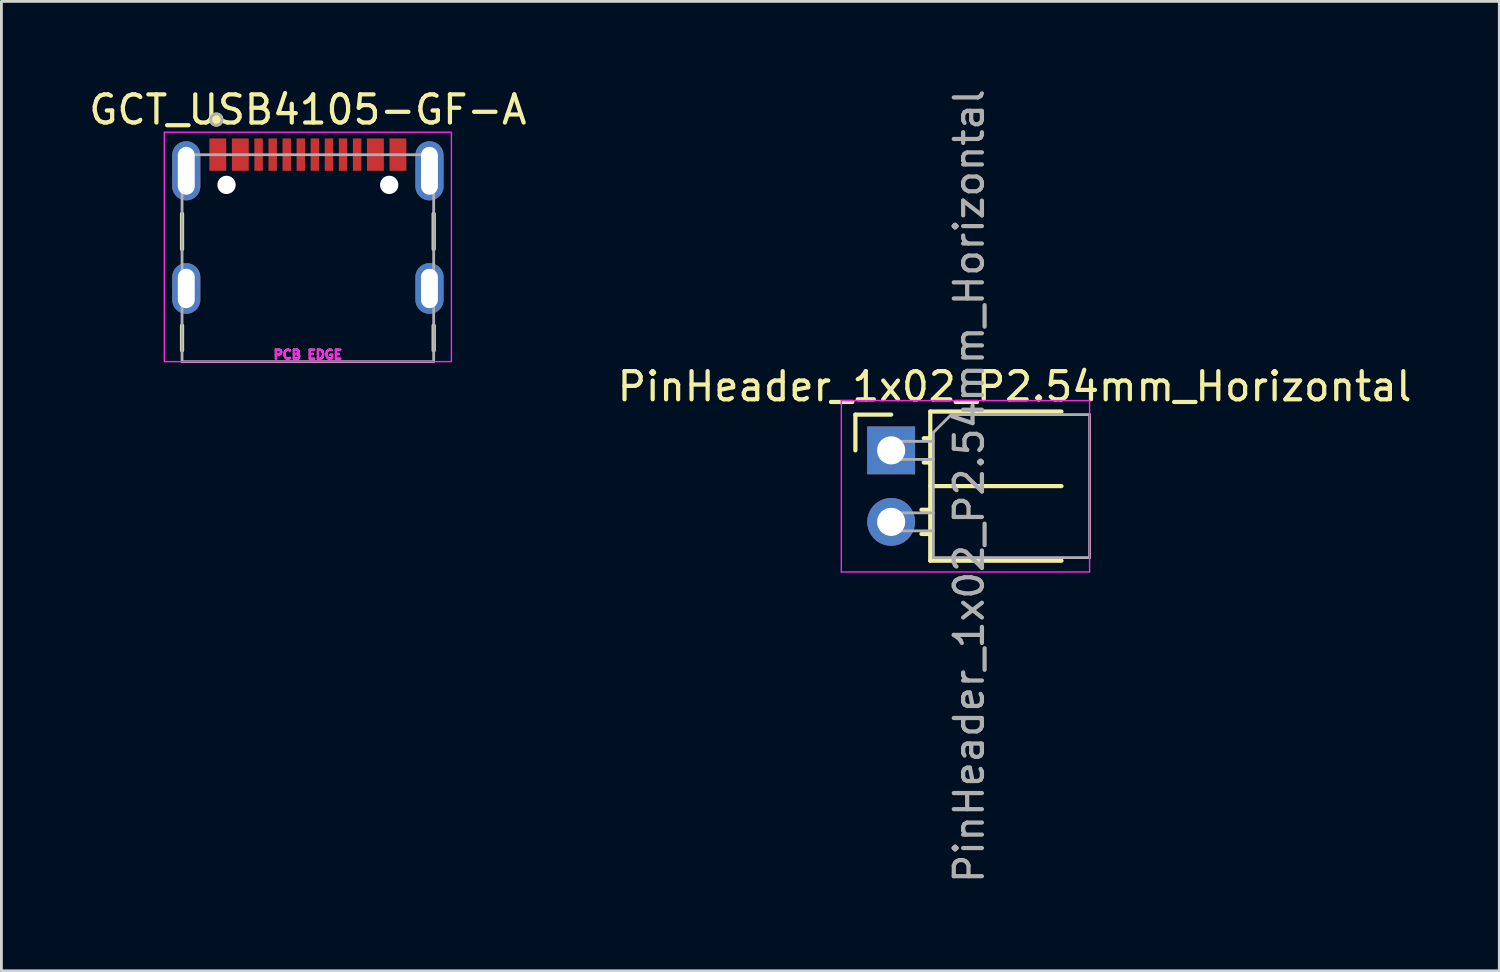
<source format=kicad_pcb>
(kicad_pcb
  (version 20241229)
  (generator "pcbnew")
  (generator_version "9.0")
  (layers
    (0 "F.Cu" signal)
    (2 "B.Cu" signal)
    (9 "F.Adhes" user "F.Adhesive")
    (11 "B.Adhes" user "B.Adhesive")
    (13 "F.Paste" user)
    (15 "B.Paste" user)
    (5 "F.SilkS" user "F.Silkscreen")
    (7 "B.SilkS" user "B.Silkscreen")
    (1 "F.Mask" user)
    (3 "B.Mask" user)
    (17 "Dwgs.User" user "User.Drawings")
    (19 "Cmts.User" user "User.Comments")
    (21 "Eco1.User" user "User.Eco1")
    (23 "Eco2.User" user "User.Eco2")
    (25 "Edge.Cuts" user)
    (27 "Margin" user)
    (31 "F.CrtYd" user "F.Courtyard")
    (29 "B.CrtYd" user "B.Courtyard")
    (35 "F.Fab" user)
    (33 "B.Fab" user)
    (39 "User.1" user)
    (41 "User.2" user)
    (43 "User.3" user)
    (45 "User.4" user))
  (footprint "GCT_USB4105-GF-A"
    (layer "F.Cu")
    (at 7.887 7.198)
    (property "Reference" "GCT_USB4105-GF-A" (at 0 -6.35 0) (layer "F.SilkS") (effects (font (size 1 1) (thickness 0.15))))
    (attr smd)
    (fp_poly (pts (xy -3.55 -5.38) (xy -2.85 -5.38) (xy -2.85 -4.13) (xy -3.55 -4.13)) (stroke (width 0.01) (type solid)) (fill yes) (layer "F.Mask"))
    (fp_poly (pts (xy -2.75 -5.38) (xy -2.05 -5.38) (xy -2.05 -4.13) (xy -2.75 -4.13)) (stroke (width 0.01) (type solid)) (fill yes) (layer "F.Mask"))
    (fp_poly (pts (xy -1.95 -5.38) (xy -1.55 -5.38) (xy -1.55 -4.13) (xy -1.95 -4.13)) (stroke (width 0.01) (type solid)) (fill yes) (layer "F.Mask"))
    (fp_poly (pts (xy -1.45 -5.38) (xy -1.05 -5.38) (xy -1.05 -4.13) (xy -1.45 -4.13)) (stroke (width 0.01) (type solid)) (fill yes) (layer "F.Mask"))
    (fp_poly (pts (xy -0.95 -5.38) (xy -0.55 -5.38) (xy -0.55 -4.13) (xy -0.95 -4.13)) (stroke (width 0.01) (type solid)) (fill yes) (layer "F.Mask"))
    (fp_poly (pts (xy -0.45 -5.38) (xy -0.05 -5.38) (xy -0.05 -4.13) (xy -0.45 -4.13)) (stroke (width 0.01) (type solid)) (fill yes) (layer "F.Mask"))
    (fp_poly (pts (xy 0.05 -5.38) (xy 0.45 -5.38) (xy 0.45 -4.13) (xy 0.05 -4.13)) (stroke (width 0.01) (type solid)) (fill yes) (layer "F.Mask"))
    (fp_poly (pts (xy 0.55 -5.38) (xy 0.95 -5.38) (xy 0.95 -4.13) (xy 0.55 -4.13)) (stroke (width 0.01) (type solid)) (fill yes) (layer "F.Mask"))
    (fp_poly (pts (xy 1.05 -5.38) (xy 1.45 -5.38) (xy 1.45 -4.13) (xy 1.05 -4.13)) (stroke (width 0.01) (type solid)) (fill yes) (layer "F.Mask"))
    (fp_poly (pts (xy 1.55 -5.38) (xy 1.95 -5.38) (xy 1.95 -4.13) (xy 1.55 -4.13)) (stroke (width 0.01) (type solid)) (fill yes) (layer "F.Mask"))
    (fp_poly (pts (xy 2.05 -5.38) (xy 2.75 -5.38) (xy 2.75 -4.13) (xy 2.05 -4.13)) (stroke (width 0.01) (type solid)) (fill yes) (layer "F.Mask"))
    (fp_poly (pts (xy 2.85 -5.38) (xy 3.55 -5.38) (xy 3.55 -4.13) (xy 2.85 -4.13)) (stroke (width 0.01) (type solid)) (fill yes) (layer "F.Mask"))
    (fp_line (start -4.47 -2.65) (end -4.47 -1.4) (stroke (width 0.15) (type solid)) (layer "F.SilkS"))
    (fp_line (start -4.47 1.32) (end -4.47 2.2) (stroke (width 0.15) (type solid)) (layer "F.SilkS"))
    (fp_line (start 4.47 -2.65) (end 4.47 -1.4) (stroke (width 0.15) (type solid)) (layer "F.SilkS"))
    (fp_line (start 4.47 2.2) (end 4.47 1.32) (stroke (width 0.15) (type solid)) (layer "F.SilkS"))
    (fp_circle (center -3.25 -6) (end -3.05 -6) (stroke (width 0.1) (type solid)) (fill yes) (layer "F.SilkS"))
    (fp_rect (start -5.1 -5.55) (end 5.1 2.6) (stroke (width 0.05) (type default)) (fill no) (layer "F.CrtYd"))
    (fp_line (start -4.47 -4.75) (end 4.47 -4.75) (stroke (width 0.1) (type solid)) (layer "F.Fab"))
    (fp_line (start -4.47 2.6) (end -4.47 -4.75) (stroke (width 0.1) (type solid)) (layer "F.Fab"))
    (fp_line (start 4.47 -4.75) (end 4.47 2.6) (stroke (width 0.1) (type solid)) (layer "F.Fab"))
    (fp_line (start 4.47 2.6) (end -4.47 2.6) (stroke (width 0.1) (type solid)) (layer "F.Fab"))
    (fp_circle (center -3.25 -6) (end -3.05 -6) (stroke (width 0.1) (type solid)) (fill no) (layer "F.Fab"))
    (fp_text user "PCB EDGE" (at 0 2.35 0) (layer "F.CrtYd") (effects (font (size 0.32 0.32) (thickness 0.08))))
    (fp_text user "PCB EDGE" (at 0 2.35 0) (layer "F.Fab") (effects (font (size 0.32 0.32) (thickness 0.15))))
    (pad "" np_thru_hole circle (at -2.89 -3.68) (size 0.65 0.65) (drill 0.65) (layers "*.Cu" "*.Mask"))
    (pad "" np_thru_hole circle (at 2.89 -3.68) (size 0.65 0.65) (drill 0.65) (layers "*.Cu" "*.Mask"))
    (pad "A1_B12" smd rect (at -3.2 -4.755) (size 0.6 1.15) (layers "F.Cu" "F.Paste"))
    (pad "A4_B9" smd rect (at -2.4 -4.755) (size 0.6 1.15) (layers "F.Cu" "F.Paste"))
    (pad "A5" smd rect (at -1.25 -4.755) (size 0.3 1.15) (layers "F.Cu" "F.Paste"))
    (pad "A6" smd rect (at -0.25 -4.755) (size 0.3 1.15) (layers "F.Cu" "F.Paste"))
    (pad "A7" smd rect (at 0.25 -4.755) (size 0.3 1.15) (layers "F.Cu" "F.Paste"))
    (pad "A8" smd rect (at 1.25 -4.755) (size 0.3 1.15) (layers "F.Cu" "F.Paste"))
    (pad "B1_A12" smd rect (at 3.2 -4.755) (size 0.6 1.15) (layers "F.Cu" "F.Paste"))
    (pad "B4_A9" smd rect (at 2.4 -4.755) (size 0.6 1.15) (layers "F.Cu" "F.Paste"))
    (pad "B5" smd rect (at 1.75 -4.755) (size 0.3 1.15) (layers "F.Cu" "F.Paste"))
    (pad "B6" smd rect (at 0.75 -4.755) (size 0.3 1.15) (layers "F.Cu" "F.Paste"))
    (pad "B7" smd rect (at -0.75 -4.755) (size 0.3 1.15) (layers "F.Cu" "F.Paste"))
    (pad "B8" smd rect (at -1.75 -4.755) (size 0.3 1.15) (layers "F.Cu" "F.Paste"))
    (pad "SH1" thru_hole oval (at -4.32 -4.18) (size 1 2.1) (drill oval 0.6 1.7) (layers "*.Cu" "*.Mask"))
    (pad "SH2" thru_hole oval (at 4.32 -4.18) (size 1 2.1) (drill oval 0.6 1.7) (layers "*.Cu" "*.Mask"))
    (pad "SH3" thru_hole oval (at -4.32 0) (size 1 1.8) (drill oval 0.6 1.4) (layers "*.Cu" "*.Mask"))
    (pad "SH4" thru_hole oval (at 4.32 0) (size 1 1.8) (drill oval 0.6 1.4) (layers "*.Cu" "*.Mask")))
  (footprint "PinHeader_1x02_P2.54mm_Horizontal"
    (layer "F.Cu")
    (at 28.609 12.95)
    (property "Reference" "PinHeader_1x02_P2.54mm_Horizontal" (at 4.385 -2.27 0) (layer "F.SilkS") (effects (font (size 1 1) (thickness 0.15))))
    (attr through_hole)
    (fp_line (start -1.27 -1.27) (end 0 -1.27) (stroke (width 0.15) (type solid)) (layer "F.SilkS"))
    (fp_line (start -1.27 0) (end -1.27 -1.27) (stroke (width 0.15) (type solid)) (layer "F.SilkS"))
    (fp_line (start 1.077 2.11) (end 1.39 2.11) (stroke (width 0.15) (type solid)) (layer "F.SilkS"))
    (fp_line (start 1.077 2.97) (end 1.39 2.97) (stroke (width 0.15) (type solid)) (layer "F.SilkS"))
    (fp_line (start 1.16 -0.43) (end 1.39 -0.43) (stroke (width 0.15) (type solid)) (layer "F.SilkS"))
    (fp_line (start 1.16 0.43) (end 1.39 0.43) (stroke (width 0.15) (type solid)) (layer "F.SilkS"))
    (fp_line (start 1.39 -1.38) (end 1.39 3.92) (stroke (width 0.15) (type solid)) (layer "F.SilkS"))
    (fp_line (start 1.39 1.27) (end 6.05 1.27) (stroke (width 0.15) (type solid)) (layer "F.SilkS"))
    (fp_line (start 1.39 3.92) (end 6.05 3.92) (stroke (width 0.15) (type solid)) (layer "F.SilkS"))
    (fp_line (start 6.05 -1.38) (end 1.39 -1.38) (stroke (width 0.15) (type solid)) (layer "F.SilkS"))
    (fp_line (start -1.77 -1.77) (end -1.77 4.32) (stroke (width 0.05) (type solid)) (layer "F.CrtYd"))
    (fp_line (start -1.77 4.32) (end 7.05 4.32) (stroke (width 0.05) (type solid)) (layer "F.CrtYd"))
    (fp_line (start 7.05 -1.77) (end -1.77 -1.77) (stroke (width 0.05) (type solid)) (layer "F.CrtYd"))
    (fp_line (start 7.05 4.32) (end 7.05 -1.77) (stroke (width 0.05) (type solid)) (layer "F.CrtYd"))
    (fp_line (start -0.32 -0.32) (end -0.32 0.32) (stroke (width 0.1) (type solid)) (layer "F.Fab"))
    (fp_line (start -0.32 -0.32) (end 1.5 -0.32) (stroke (width 0.1) (type solid)) (layer "F.Fab"))
    (fp_line (start -0.32 0.32) (end 1.5 0.32) (stroke (width 0.1) (type solid)) (layer "F.Fab"))
    (fp_line (start -0.32 2.22) (end -0.32 2.86) (stroke (width 0.1) (type solid)) (layer "F.Fab"))
    (fp_line (start -0.32 2.22) (end 1.5 2.22) (stroke (width 0.1) (type solid)) (layer "F.Fab"))
    (fp_line (start -0.32 2.86) (end 1.5 2.86) (stroke (width 0.1) (type solid)) (layer "F.Fab"))
    (fp_line (start 1.5 -0.635) (end 2.135 -1.27) (stroke (width 0.1) (type solid)) (layer "F.Fab"))
    (fp_line (start 1.5 3.81) (end 1.5 -0.635) (stroke (width 0.1) (type solid)) (layer "F.Fab"))
    (fp_line (start 2.135 -1.27) (end 7.05 -1.27) (stroke (width 0.1) (type solid)) (layer "F.Fab"))
    (fp_line (start 7.05 -1.27) (end 7.05 3.81) (stroke (width 0.1) (type solid)) (layer "F.Fab"))
    (fp_line (start 7.05 3.81) (end 1.5 3.81) (stroke (width 0.1) (type solid)) (layer "F.Fab"))
    (fp_text user "${REFERENCE}" (at 2.77 1.27 90) (layer "F.Fab") (effects (font (size 1 1) (thickness 0.15))))
    (pad "1" thru_hole rect (at 0 0) (size 1.7 1.7) (drill 1) (layers "*.Cu" "*.Mask"))
    (pad "2" thru_hole circle (at 0 2.54) (size 1.7 1.7) (drill 1) (layers "*.Cu" "*.Mask")))
  (gr_rect
    (start -3 -3)
    (end 50.214 31.44)
    (stroke (width 0.1) (type default))
    (fill no)
    (layer "Edge.Cuts")))
</source>
